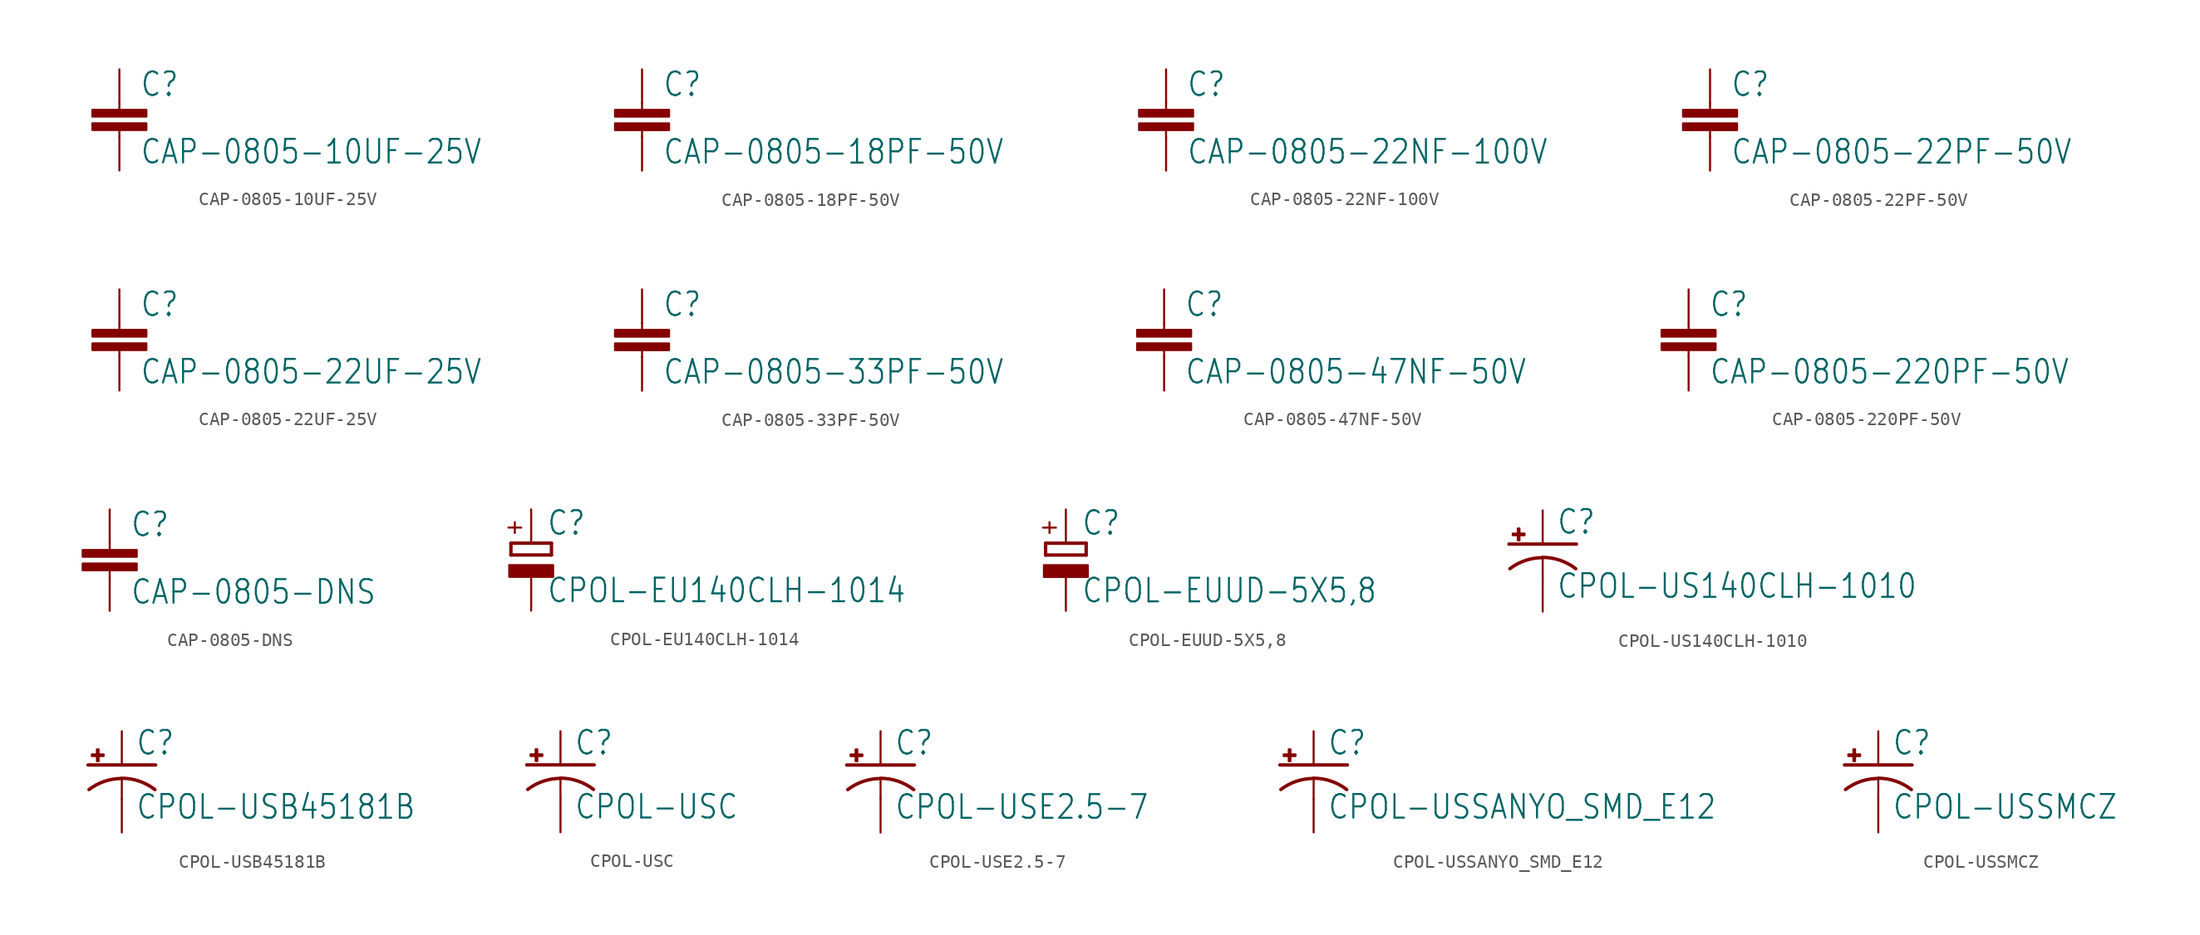
<source format=kicad_sym>
(kicad_symbol_lib
  (version 20211014)
  (generator kicad_symbol_editor)
  (symbol "CAP-0805-10UF-25V"
    (property "Reference" "C"
      (at 1.524 2.921 0)
      (effects (font (size 1.778 1.511)) (justify left bottom)))
    (property "Value" "CAP-0805-10UF-25V"
      (at 1.524 -2.159 0)
      (effects (font (size 1.778 1.511)) (justify left bottom)))
    (property "ki_locked" ""
      (at 0 0 0)
      (effects (font (size 1.27 1.27))))
    (symbol "CAP-0805-10UF-25V_1_0"
      (rectangle (start -2.032 0.508) (end 2.032 1.016) (stroke (width 0) (type default) (color 0 0 0 0)) (fill (type outline)))
      (rectangle (start -2.032 1.524) (end 2.032 2.032) (stroke (width 0) (type default) (color 0 0 0 0)) (fill (type outline)))
      (polyline (pts (xy 0 0) (xy 0 0.508)) (stroke (width 0.152) (type default) (color 0 0 0 0)) (fill (type none)))
      (polyline (pts (xy 0 2.54) (xy 0 2.032)) (stroke (width 0.152) (type default) (color 0 0 0 0)) (fill (type none)))
      (pin passive line (at 0 5.08 270) (length 2.54) (name "1" (effects (font (size 0 0)))) (number "1" (effects (font (size 0 0)))))
      (pin passive line (at 0 -2.54 90) (length 2.54) (name "2" (effects (font (size 0 0)))) (number "2" (effects (font (size 0 0)))))))
  (symbol "CAP-0805-18PF-50V"
    (property "Reference" "C"
      (at 1.524 2.921 0)
      (effects (font (size 1.778 1.511)) (justify left bottom)))
    (property "Value" "CAP-0805-18PF-50V"
      (at 1.524 -2.159 0)
      (effects (font (size 1.778 1.511)) (justify left bottom)))
    (property "ki_locked" ""
      (at 0 0 0)
      (effects (font (size 1.27 1.27))))
    (symbol "CAP-0805-18PF-50V_1_0"
      (rectangle (start -2.032 0.508) (end 2.032 1.016) (stroke (width 0) (type default) (color 0 0 0 0)) (fill (type outline)))
      (rectangle (start -2.032 1.524) (end 2.032 2.032) (stroke (width 0) (type default) (color 0 0 0 0)) (fill (type outline)))
      (polyline (pts (xy 0 0) (xy 0 0.508)) (stroke (width 0.152) (type default) (color 0 0 0 0)) (fill (type none)))
      (polyline (pts (xy 0 2.54) (xy 0 2.032)) (stroke (width 0.152) (type default) (color 0 0 0 0)) (fill (type none)))
      (pin passive line (at 0 5.08 270) (length 2.54) (name "1" (effects (font (size 0 0)))) (number "1" (effects (font (size 0 0)))))
      (pin passive line (at 0 -2.54 90) (length 2.54) (name "2" (effects (font (size 0 0)))) (number "2" (effects (font (size 0 0)))))))
  (symbol "CAP-0805-22NF-100V"
    (property "Reference" "C"
      (at 1.524 2.921 0)
      (effects (font (size 1.778 1.511)) (justify left bottom)))
    (property "Value" "CAP-0805-22NF-100V"
      (at 1.524 -2.159 0)
      (effects (font (size 1.778 1.511)) (justify left bottom)))
    (property "ki_locked" ""
      (at 0 0 0)
      (effects (font (size 1.27 1.27))))
    (symbol "CAP-0805-22NF-100V_1_0"
      (rectangle (start -2.032 0.508) (end 2.032 1.016) (stroke (width 0) (type default) (color 0 0 0 0)) (fill (type outline)))
      (rectangle (start -2.032 1.524) (end 2.032 2.032) (stroke (width 0) (type default) (color 0 0 0 0)) (fill (type outline)))
      (polyline (pts (xy 0 0) (xy 0 0.508)) (stroke (width 0.152) (type default) (color 0 0 0 0)) (fill (type none)))
      (polyline (pts (xy 0 2.54) (xy 0 2.032)) (stroke (width 0.152) (type default) (color 0 0 0 0)) (fill (type none)))
      (pin passive line (at 0 5.08 270) (length 2.54) (name "1" (effects (font (size 0 0)))) (number "1" (effects (font (size 0 0)))))
      (pin passive line (at 0 -2.54 90) (length 2.54) (name "2" (effects (font (size 0 0)))) (number "2" (effects (font (size 0 0)))))))
  (symbol "CAP-0805-22PF-50V"
    (property "Reference" "C"
      (at 1.524 2.921 0)
      (effects (font (size 1.778 1.511)) (justify left bottom)))
    (property "Value" "CAP-0805-22PF-50V"
      (at 1.524 -2.159 0)
      (effects (font (size 1.778 1.511)) (justify left bottom)))
    (property "ki_locked" ""
      (at 0 0 0)
      (effects (font (size 1.27 1.27))))
    (symbol "CAP-0805-22PF-50V_1_0"
      (rectangle (start -2.032 0.508) (end 2.032 1.016) (stroke (width 0) (type default) (color 0 0 0 0)) (fill (type outline)))
      (rectangle (start -2.032 1.524) (end 2.032 2.032) (stroke (width 0) (type default) (color 0 0 0 0)) (fill (type outline)))
      (polyline (pts (xy 0 0) (xy 0 0.508)) (stroke (width 0.152) (type default) (color 0 0 0 0)) (fill (type none)))
      (polyline (pts (xy 0 2.54) (xy 0 2.032)) (stroke (width 0.152) (type default) (color 0 0 0 0)) (fill (type none)))
      (pin passive line (at 0 5.08 270) (length 2.54) (name "1" (effects (font (size 0 0)))) (number "1" (effects (font (size 0 0)))))
      (pin passive line (at 0 -2.54 90) (length 2.54) (name "2" (effects (font (size 0 0)))) (number "2" (effects (font (size 0 0)))))))
  (symbol "CAP-0805-22UF-25V"
    (property "Reference" "C"
      (at 1.524 2.921 0)
      (effects (font (size 1.778 1.511)) (justify left bottom)))
    (property "Value" "CAP-0805-22UF-25V"
      (at 1.524 -2.159 0)
      (effects (font (size 1.778 1.511)) (justify left bottom)))
    (property "ki_locked" ""
      (at 0 0 0)
      (effects (font (size 1.27 1.27))))
    (symbol "CAP-0805-22UF-25V_1_0"
      (rectangle (start -2.032 0.508) (end 2.032 1.016) (stroke (width 0) (type default) (color 0 0 0 0)) (fill (type outline)))
      (rectangle (start -2.032 1.524) (end 2.032 2.032) (stroke (width 0) (type default) (color 0 0 0 0)) (fill (type outline)))
      (polyline (pts (xy 0 0) (xy 0 0.508)) (stroke (width 0.152) (type default) (color 0 0 0 0)) (fill (type none)))
      (polyline (pts (xy 0 2.54) (xy 0 2.032)) (stroke (width 0.152) (type default) (color 0 0 0 0)) (fill (type none)))
      (pin passive line (at 0 5.08 270) (length 2.54) (name "1" (effects (font (size 0 0)))) (number "1" (effects (font (size 0 0)))))
      (pin passive line (at 0 -2.54 90) (length 2.54) (name "2" (effects (font (size 0 0)))) (number "2" (effects (font (size 0 0)))))))
  (symbol "CAP-0805-33PF-50V"
    (property "Reference" "C"
      (at 1.524 2.921 0)
      (effects (font (size 1.778 1.511)) (justify left bottom)))
    (property "Value" "CAP-0805-33PF-50V"
      (at 1.524 -2.159 0)
      (effects (font (size 1.778 1.511)) (justify left bottom)))
    (property "ki_locked" ""
      (at 0 0 0)
      (effects (font (size 1.27 1.27))))
    (symbol "CAP-0805-33PF-50V_1_0"
      (rectangle (start -2.032 0.508) (end 2.032 1.016) (stroke (width 0) (type default) (color 0 0 0 0)) (fill (type outline)))
      (rectangle (start -2.032 1.524) (end 2.032 2.032) (stroke (width 0) (type default) (color 0 0 0 0)) (fill (type outline)))
      (polyline (pts (xy 0 0) (xy 0 0.508)) (stroke (width 0.152) (type default) (color 0 0 0 0)) (fill (type none)))
      (polyline (pts (xy 0 2.54) (xy 0 2.032)) (stroke (width 0.152) (type default) (color 0 0 0 0)) (fill (type none)))
      (pin passive line (at 0 5.08 270) (length 2.54) (name "1" (effects (font (size 0 0)))) (number "1" (effects (font (size 0 0)))))
      (pin passive line (at 0 -2.54 90) (length 2.54) (name "2" (effects (font (size 0 0)))) (number "2" (effects (font (size 0 0)))))))
  (symbol "CAP-0805-47NF-50V"
    (property "Reference" "C"
      (at 1.524 2.921 0)
      (effects (font (size 1.778 1.511)) (justify left bottom)))
    (property "Value" "CAP-0805-47NF-50V"
      (at 1.524 -2.159 0)
      (effects (font (size 1.778 1.511)) (justify left bottom)))
    (property "ki_locked" ""
      (at 0 0 0)
      (effects (font (size 1.27 1.27))))
    (symbol "CAP-0805-47NF-50V_1_0"
      (rectangle (start -2.032 0.508) (end 2.032 1.016) (stroke (width 0) (type default) (color 0 0 0 0)) (fill (type outline)))
      (rectangle (start -2.032 1.524) (end 2.032 2.032) (stroke (width 0) (type default) (color 0 0 0 0)) (fill (type outline)))
      (polyline (pts (xy 0 0) (xy 0 0.508)) (stroke (width 0.152) (type default) (color 0 0 0 0)) (fill (type none)))
      (polyline (pts (xy 0 2.54) (xy 0 2.032)) (stroke (width 0.152) (type default) (color 0 0 0 0)) (fill (type none)))
      (pin passive line (at 0 5.08 270) (length 2.54) (name "1" (effects (font (size 0 0)))) (number "1" (effects (font (size 0 0)))))
      (pin passive line (at 0 -2.54 90) (length 2.54) (name "2" (effects (font (size 0 0)))) (number "2" (effects (font (size 0 0)))))))
  (symbol "CAP-0805-220PF-50V"
    (property "Reference" "C"
      (at 1.524 2.921 0)
      (effects (font (size 1.778 1.511)) (justify left bottom)))
    (property "Value" "CAP-0805-220PF-50V"
      (at 1.524 -2.159 0)
      (effects (font (size 1.778 1.511)) (justify left bottom)))
    (property "ki_locked" ""
      (at 0 0 0)
      (effects (font (size 1.27 1.27))))
    (symbol "CAP-0805-220PF-50V_1_0"
      (rectangle (start -2.032 0.508) (end 2.032 1.016) (stroke (width 0) (type default) (color 0 0 0 0)) (fill (type outline)))
      (rectangle (start -2.032 1.524) (end 2.032 2.032) (stroke (width 0) (type default) (color 0 0 0 0)) (fill (type outline)))
      (polyline (pts (xy 0 0) (xy 0 0.508)) (stroke (width 0.152) (type default) (color 0 0 0 0)) (fill (type none)))
      (polyline (pts (xy 0 2.54) (xy 0 2.032)) (stroke (width 0.152) (type default) (color 0 0 0 0)) (fill (type none)))
      (pin passive line (at 0 5.08 270) (length 2.54) (name "1" (effects (font (size 0 0)))) (number "1" (effects (font (size 0 0)))))
      (pin passive line (at 0 -2.54 90) (length 2.54) (name "2" (effects (font (size 0 0)))) (number "2" (effects (font (size 0 0)))))))
  (symbol "CAP-0805-DNS"
    (property "Reference" "C"
      (at 1.524 2.921 0)
      (effects (font (size 1.778 1.511)) (justify left bottom)))
    (property "Value" "CAP-0805-DNS"
      (at 1.524 -2.159 0)
      (effects (font (size 1.778 1.511)) (justify left bottom)))
    (property "ki_locked" ""
      (at 0 0 0)
      (effects (font (size 1.27 1.27))))
    (symbol "CAP-0805-DNS_1_0"
      (rectangle (start -2.032 0.508) (end 2.032 1.016) (stroke (width 0) (type default) (color 0 0 0 0)) (fill (type outline)))
      (rectangle (start -2.032 1.524) (end 2.032 2.032) (stroke (width 0) (type default) (color 0 0 0 0)) (fill (type outline)))
      (polyline (pts (xy 0 0) (xy 0 0.508)) (stroke (width 0.152) (type default) (color 0 0 0 0)) (fill (type none)))
      (polyline (pts (xy 0 2.54) (xy 0 2.032)) (stroke (width 0.152) (type default) (color 0 0 0 0)) (fill (type none)))
      (pin passive line (at 0 5.08 270) (length 2.54) (name "1" (effects (font (size 0 0)))) (number "1" (effects (font (size 0 0)))))
      (pin passive line (at 0 -2.54 90) (length 2.54) (name "2" (effects (font (size 0 0)))) (number "2" (effects (font (size 0 0)))))))
  (symbol "CPOL-EU140CLH-1014"
    (property "Reference" "C"
      (at 1.143 0.483 0)
      (effects (font (size 1.778 1.511)) (justify left bottom)))
    (property "Value" "CPOL-EU140CLH-1014"
      (at 1.143 -4.597 0)
      (effects (font (size 1.778 1.511)) (justify left bottom)))
    (property "ki_locked" ""
      (at 0 0 0)
      (effects (font (size 1.27 1.27))))
    (symbol "CPOL-EU140CLH-1014_1_0"
      (rectangle (start -1.651 -2.54) (end 1.651 -1.651) (stroke (width 0) (type default) (color 0 0 0 0)) (fill (type outline)))
      (polyline (pts (xy -1.524 -0.889) (xy 1.524 -0.889)) (stroke (width 0.254) (type default) (color 0 0 0 0)) (fill (type none)))
      (polyline (pts (xy -1.524 0) (xy -1.524 -0.889)) (stroke (width 0.254) (type default) (color 0 0 0 0)) (fill (type none)))
      (polyline (pts (xy -1.524 0) (xy 1.524 0)) (stroke (width 0.254) (type default) (color 0 0 0 0)) (fill (type none)))
      (polyline (pts (xy 1.524 -0.889) (xy 1.524 0)) (stroke (width 0.254) (type default) (color 0 0 0 0)) (fill (type none)))
      (text "+" (at -0.584 0.406 900) (effects (font (size 1.27 1.079)) (justify left bottom)))
      (pin passive line (at 0 2.54 270) (length 2.54) (name "+" (effects (font (size 0 0)))) (number "+" (effects (font (size 0 0)))))
      (pin passive line (at 0 -5.08 90) (length 2.54) (name "-" (effects (font (size 0 0)))) (number "-" (effects (font (size 0 0)))))))
  (symbol "CPOL-EUUD-5X5,8"
    (property "Reference" "C"
      (at 1.143 0.483 0)
      (effects (font (size 1.778 1.511)) (justify left bottom)))
    (property "Value" "CPOL-EUUD-5X5,8"
      (at 1.143 -4.597 0)
      (effects (font (size 1.778 1.511)) (justify left bottom)))
    (property "ki_locked" ""
      (at 0 0 0)
      (effects (font (size 1.27 1.27))))
    (symbol "CPOL-EUUD-5X5,8_1_0"
      (rectangle (start -1.651 -2.54) (end 1.651 -1.651) (stroke (width 0) (type default) (color 0 0 0 0)) (fill (type outline)))
      (polyline (pts (xy -1.524 -0.889) (xy 1.524 -0.889)) (stroke (width 0.254) (type default) (color 0 0 0 0)) (fill (type none)))
      (polyline (pts (xy -1.524 0) (xy -1.524 -0.889)) (stroke (width 0.254) (type default) (color 0 0 0 0)) (fill (type none)))
      (polyline (pts (xy -1.524 0) (xy 1.524 0)) (stroke (width 0.254) (type default) (color 0 0 0 0)) (fill (type none)))
      (polyline (pts (xy 1.524 -0.889) (xy 1.524 0)) (stroke (width 0.254) (type default) (color 0 0 0 0)) (fill (type none)))
      (text "+" (at -0.584 0.406 900) (effects (font (size 1.27 1.079)) (justify left bottom)))
      (pin passive line (at 0 2.54 270) (length 2.54) (name "+" (effects (font (size 0 0)))) (number "+" (effects (font (size 0 0)))))
      (pin passive line (at 0 -5.08 90) (length 2.54) (name "-" (effects (font (size 0 0)))) (number "-" (effects (font (size 0 0)))))))
  (symbol "CPOL-US140CLH-1010"
    (property "Reference" "C"
      (at 1.016 0.635 0)
      (effects (font (size 1.778 1.511)) (justify left bottom)))
    (property "Value" "CPOL-US140CLH-1010"
      (at 1.016 -4.191 0)
      (effects (font (size 1.778 1.511)) (justify left bottom)))
    (property "ki_locked" ""
      (at 0 0 0)
      (effects (font (size 1.27 1.27))))
    (symbol "CPOL-US140CLH-1010_1_0"
      (rectangle (start -2.253 0.668) (end -1.364 0.795) (stroke (width 0) (type default) (color 0 0 0 0)) (fill (type outline)))
      (rectangle (start -1.872 0.287) (end -1.745 1.176) (stroke (width 0) (type default) (color 0 0 0 0)) (fill (type outline)))
      (arc (start 0 -1.0161) (mid -1.3021 -1.2302) (end -2.4669 -1.8504) (stroke (width 0.254) (type default) (color 0 0 0 0)) (fill (type none)))
      (polyline (pts (xy -2.54 0) (xy 2.54 0)) (stroke (width 0.254) (type default) (color 0 0 0 0)) (fill (type none)))
      (polyline (pts (xy 0 -1.016) (xy 0 -2.54)) (stroke (width 0.152) (type default) (color 0 0 0 0)) (fill (type none)))
      (arc (start 2.4892 -1.8542) (mid 1.3158 -1.2195) (end 0 -1) (stroke (width 0.254) (type default) (color 0 0 0 0)) (fill (type none)))
      (pin passive line (at 0 2.54 270) (length 2.54) (name "+" (effects (font (size 0 0)))) (number "+" (effects (font (size 0 0)))))
      (pin passive line (at 0 -5.08 90) (length 2.54) (name "-" (effects (font (size 0 0)))) (number "-" (effects (font (size 0 0)))))))
  (symbol "CPOL-USB45181B"
    (property "Reference" "C"
      (at 1.016 0.635 0)
      (effects (font (size 1.778 1.511)) (justify left bottom)))
    (property "Value" "CPOL-USB45181B"
      (at 1.016 -4.191 0)
      (effects (font (size 1.778 1.511)) (justify left bottom)))
    (property "ki_locked" ""
      (at 0 0 0)
      (effects (font (size 1.27 1.27))))
    (symbol "CPOL-USB45181B_1_0"
      (rectangle (start -2.253 0.668) (end -1.364 0.795) (stroke (width 0) (type default) (color 0 0 0 0)) (fill (type outline)))
      (rectangle (start -1.872 0.287) (end -1.745 1.176) (stroke (width 0) (type default) (color 0 0 0 0)) (fill (type outline)))
      (arc (start 0 -1.0161) (mid -1.3021 -1.2302) (end -2.4669 -1.8504) (stroke (width 0.254) (type default) (color 0 0 0 0)) (fill (type none)))
      (polyline (pts (xy -2.54 0) (xy 2.54 0)) (stroke (width 0.254) (type default) (color 0 0 0 0)) (fill (type none)))
      (polyline (pts (xy 0 -1.016) (xy 0 -2.54)) (stroke (width 0.152) (type default) (color 0 0 0 0)) (fill (type none)))
      (arc (start 2.4892 -1.8542) (mid 1.3158 -1.2195) (end 0 -1) (stroke (width 0.254) (type default) (color 0 0 0 0)) (fill (type none)))
      (pin passive line (at 0 2.54 270) (length 2.54) (name "+" (effects (font (size 0 0)))) (number "+" (effects (font (size 0 0)))))
      (pin passive line (at 0 -5.08 90) (length 2.54) (name "-" (effects (font (size 0 0)))) (number "-" (effects (font (size 0 0)))))))
  (symbol "CPOL-USC"
    (property "Reference" "C"
      (at 1.016 0.635 0)
      (effects (font (size 1.778 1.511)) (justify left bottom)))
    (property "Value" "CPOL-USC"
      (at 1.016 -4.191 0)
      (effects (font (size 1.778 1.511)) (justify left bottom)))
    (property "ki_locked" ""
      (at 0 0 0)
      (effects (font (size 1.27 1.27))))
    (symbol "CPOL-USC_1_0"
      (rectangle (start -2.253 0.668) (end -1.364 0.795) (stroke (width 0) (type default) (color 0 0 0 0)) (fill (type outline)))
      (rectangle (start -1.872 0.287) (end -1.745 1.176) (stroke (width 0) (type default) (color 0 0 0 0)) (fill (type outline)))
      (arc (start 0 -1.0161) (mid -1.3021 -1.2302) (end -2.4669 -1.8504) (stroke (width 0.254) (type default) (color 0 0 0 0)) (fill (type none)))
      (polyline (pts (xy -2.54 0) (xy 2.54 0)) (stroke (width 0.254) (type default) (color 0 0 0 0)) (fill (type none)))
      (polyline (pts (xy 0 -1.016) (xy 0 -2.54)) (stroke (width 0.152) (type default) (color 0 0 0 0)) (fill (type none)))
      (arc (start 2.4892 -1.8542) (mid 1.3158 -1.2195) (end 0 -1) (stroke (width 0.254) (type default) (color 0 0 0 0)) (fill (type none)))
      (pin passive line (at 0 2.54 270) (length 2.54) (name "+" (effects (font (size 0 0)))) (number "+" (effects (font (size 0 0)))))
      (pin passive line (at 0 -5.08 90) (length 2.54) (name "-" (effects (font (size 0 0)))) (number "-" (effects (font (size 0 0)))))))
  (symbol "CPOL-USE2.5-7"
    (property "Reference" "C"
      (at 1.016 0.635 0)
      (effects (font (size 1.778 1.511)) (justify left bottom)))
    (property "Value" "CPOL-USE2.5-7"
      (at 1.016 -4.191 0)
      (effects (font (size 1.778 1.511)) (justify left bottom)))
    (property "ki_locked" ""
      (at 0 0 0)
      (effects (font (size 1.27 1.27))))
    (symbol "CPOL-USE2.5-7_1_0"
      (rectangle (start -2.253 0.668) (end -1.364 0.795) (stroke (width 0) (type default) (color 0 0 0 0)) (fill (type outline)))
      (rectangle (start -1.872 0.287) (end -1.745 1.176) (stroke (width 0) (type default) (color 0 0 0 0)) (fill (type outline)))
      (arc (start 0 -1.0161) (mid -1.3021 -1.2302) (end -2.4669 -1.8504) (stroke (width 0.254) (type default) (color 0 0 0 0)) (fill (type none)))
      (polyline (pts (xy -2.54 0) (xy 2.54 0)) (stroke (width 0.254) (type default) (color 0 0 0 0)) (fill (type none)))
      (polyline (pts (xy 0 -1.016) (xy 0 -2.54)) (stroke (width 0.152) (type default) (color 0 0 0 0)) (fill (type none)))
      (arc (start 2.4892 -1.8542) (mid 1.3158 -1.2195) (end 0 -1) (stroke (width 0.254) (type default) (color 0 0 0 0)) (fill (type none)))
      (pin passive line (at 0 2.54 270) (length 2.54) (name "+" (effects (font (size 0 0)))) (number "+" (effects (font (size 0 0)))))
      (pin passive line (at 0 -5.08 90) (length 2.54) (name "-" (effects (font (size 0 0)))) (number "-" (effects (font (size 0 0)))))))
  (symbol "CPOL-USSANYO_SMD_E12"
    (property "Reference" "C"
      (at 1.016 0.635 0)
      (effects (font (size 1.778 1.511)) (justify left bottom)))
    (property "Value" "CPOL-USSANYO_SMD_E12"
      (at 1.016 -4.191 0)
      (effects (font (size 1.778 1.511)) (justify left bottom)))
    (property "ki_locked" ""
      (at 0 0 0)
      (effects (font (size 1.27 1.27))))
    (symbol "CPOL-USSANYO_SMD_E12_1_0"
      (rectangle (start -2.253 0.668) (end -1.364 0.795) (stroke (width 0) (type default) (color 0 0 0 0)) (fill (type outline)))
      (rectangle (start -1.872 0.287) (end -1.745 1.176) (stroke (width 0) (type default) (color 0 0 0 0)) (fill (type outline)))
      (arc (start 0 -1.0161) (mid -1.3021 -1.2302) (end -2.4669 -1.8504) (stroke (width 0.254) (type default) (color 0 0 0 0)) (fill (type none)))
      (polyline (pts (xy -2.54 0) (xy 2.54 0)) (stroke (width 0.254) (type default) (color 0 0 0 0)) (fill (type none)))
      (polyline (pts (xy 0 -1.016) (xy 0 -2.54)) (stroke (width 0.152) (type default) (color 0 0 0 0)) (fill (type none)))
      (arc (start 2.4892 -1.8542) (mid 1.3158 -1.2195) (end 0 -1) (stroke (width 0.254) (type default) (color 0 0 0 0)) (fill (type none)))
      (pin passive line (at 0 2.54 270) (length 2.54) (name "+" (effects (font (size 0 0)))) (number "+" (effects (font (size 0 0)))))
      (pin passive line (at 0 -5.08 90) (length 2.54) (name "-" (effects (font (size 0 0)))) (number "-" (effects (font (size 0 0)))))))
  (symbol "CPOL-USSMCZ"
    (property "Reference" "C"
      (at 1.016 0.635 0)
      (effects (font (size 1.778 1.511)) (justify left bottom)))
    (property "Value" "CPOL-USSMCZ"
      (at 1.016 -4.191 0)
      (effects (font (size 1.778 1.511)) (justify left bottom)))
    (property "ki_locked" ""
      (at 0 0 0)
      (effects (font (size 1.27 1.27))))
    (symbol "CPOL-USSMCZ_1_0"
      (rectangle (start -2.253 0.668) (end -1.364 0.795) (stroke (width 0) (type default) (color 0 0 0 0)) (fill (type outline)))
      (rectangle (start -1.872 0.287) (end -1.745 1.176) (stroke (width 0) (type default) (color 0 0 0 0)) (fill (type outline)))
      (arc (start 0 -1.0161) (mid -1.3021 -1.2302) (end -2.4669 -1.8504) (stroke (width 0.254) (type default) (color 0 0 0 0)) (fill (type none)))
      (polyline (pts (xy -2.54 0) (xy 2.54 0)) (stroke (width 0.254) (type default) (color 0 0 0 0)) (fill (type none)))
      (polyline (pts (xy 0 -1.016) (xy 0 -2.54)) (stroke (width 0.152) (type default) (color 0 0 0 0)) (fill (type none)))
      (arc (start 2.4892 -1.8542) (mid 1.3158 -1.2195) (end 0 -1) (stroke (width 0.254) (type default) (color 0 0 0 0)) (fill (type none)))
      (pin passive line (at 0 2.54 270) (length 2.54) (name "+" (effects (font (size 0 0)))) (number "+" (effects (font (size 0 0)))))
      (pin passive line (at 0 -5.08 90) (length 2.54) (name "-" (effects (font (size 0 0)))) (number "-" (effects (font (size 0 0))))))))
</source>
